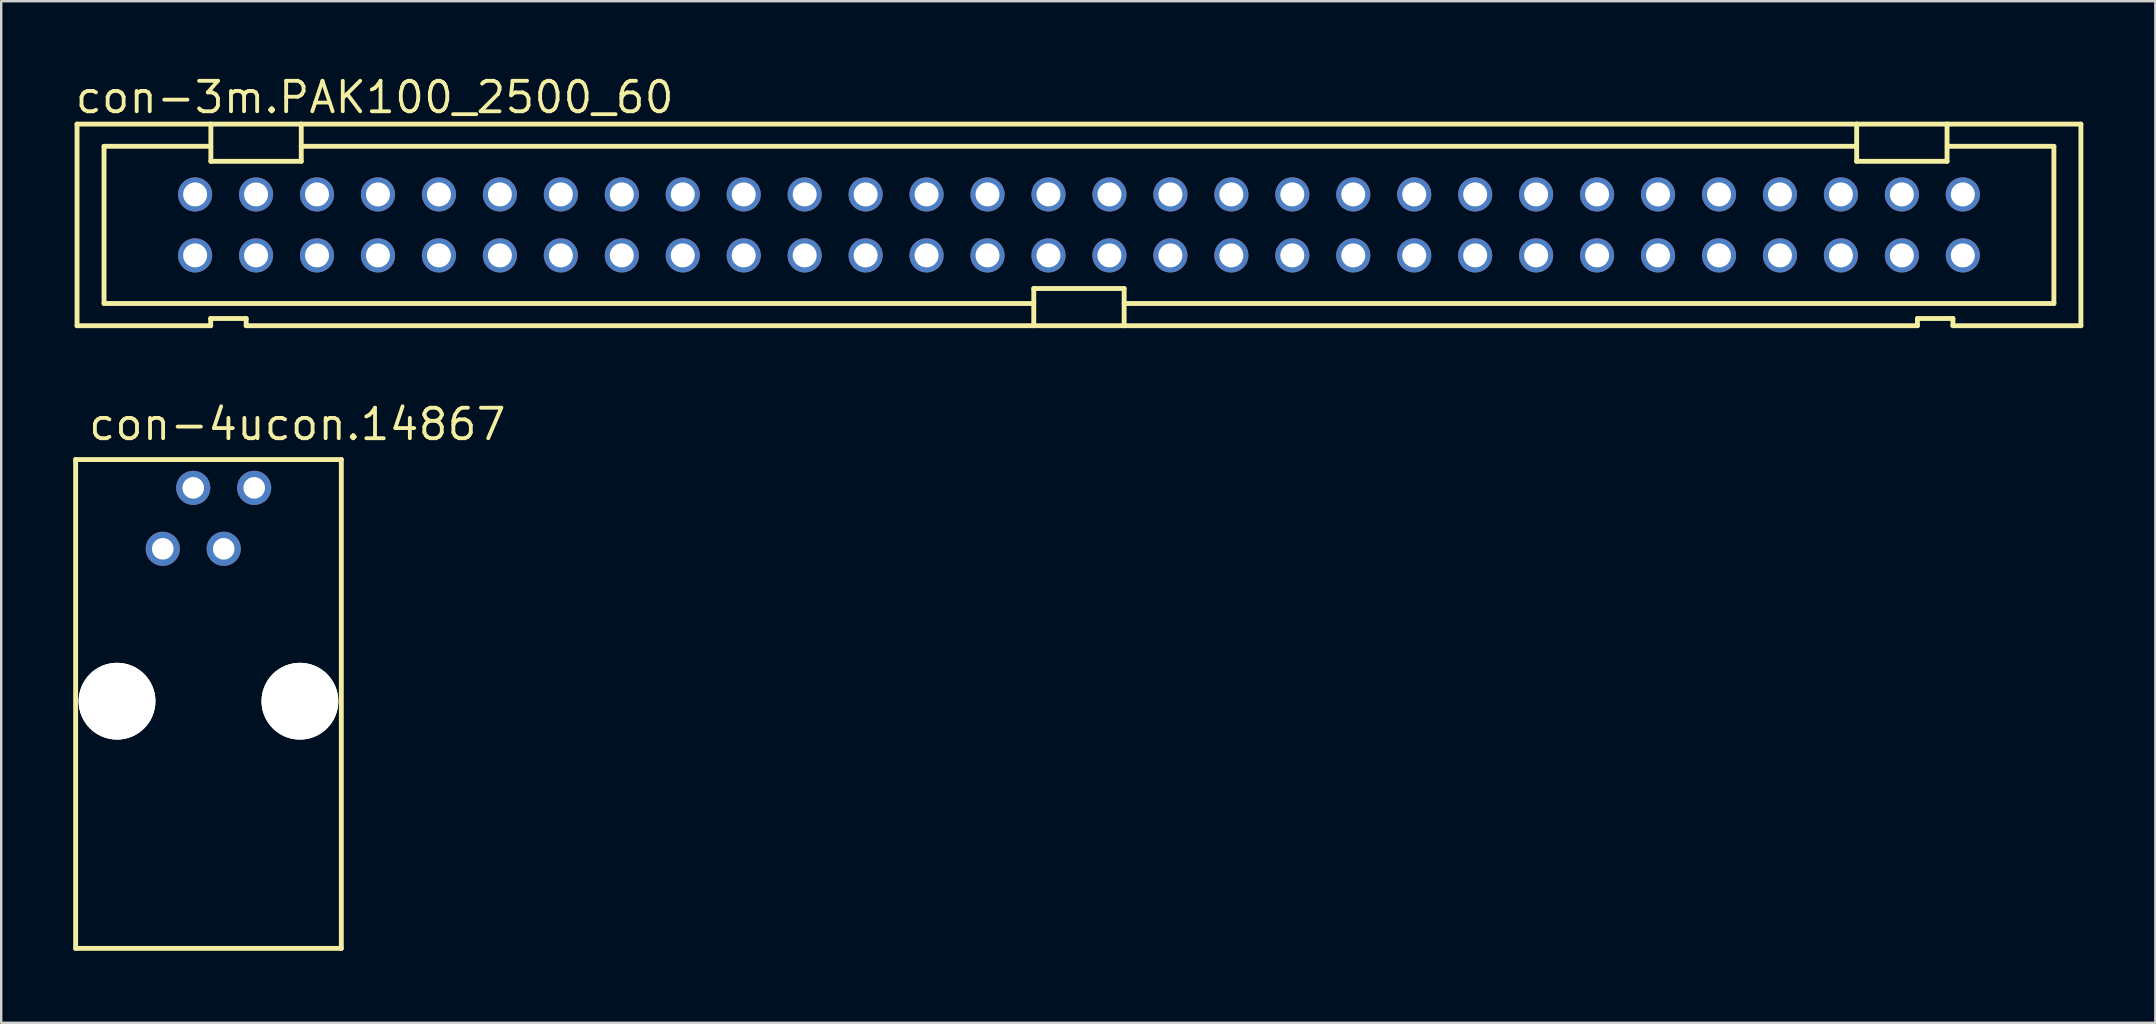
<source format=kicad_pcb>
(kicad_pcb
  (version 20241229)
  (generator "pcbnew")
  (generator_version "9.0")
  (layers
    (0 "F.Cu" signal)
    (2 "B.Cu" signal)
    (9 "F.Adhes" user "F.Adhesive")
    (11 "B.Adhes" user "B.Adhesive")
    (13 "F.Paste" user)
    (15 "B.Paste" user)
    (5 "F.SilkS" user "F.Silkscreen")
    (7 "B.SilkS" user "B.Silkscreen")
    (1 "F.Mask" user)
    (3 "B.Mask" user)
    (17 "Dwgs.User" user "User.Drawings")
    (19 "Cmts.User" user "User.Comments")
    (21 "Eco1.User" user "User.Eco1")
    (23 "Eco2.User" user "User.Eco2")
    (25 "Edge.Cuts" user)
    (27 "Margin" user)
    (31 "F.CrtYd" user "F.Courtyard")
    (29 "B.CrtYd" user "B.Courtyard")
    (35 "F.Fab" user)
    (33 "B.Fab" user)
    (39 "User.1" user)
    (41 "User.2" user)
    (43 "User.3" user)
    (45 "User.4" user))
  (footprint "con-3m.PAK100_2500_60"
    (layer "F.Cu")
    (at 41.91 6.322)
    (property "Reference" "con-3m.PAK100_2500_60" (at -41.91 -4.572 0) (layer "F.SilkS") (effects (font (size 1.27 1.27) (thickness 0.16)) (justify left bottom)))
    (attr through_hole)
    (fp_line (start -41.75 -4.2) (end -36.173 -4.2) (stroke (width 0.203) (type default)) (layer "F.SilkS"))
    (fp_line (start -41.75 4.2) (end -41.75 -4.2) (stroke (width 0.203) (type default)) (layer "F.SilkS"))
    (fp_line (start -40.625 -3.275) (end -36.18 -3.275) (stroke (width 0.203) (type default)) (layer "F.SilkS"))
    (fp_line (start -40.625 3.275) (end -40.625 -3.275) (stroke (width 0.203) (type default)) (layer "F.SilkS"))
    (fp_line (start -36.181 3.9) (end -36.181 4.2) (stroke (width 0.203) (type default)) (layer "F.SilkS"))
    (fp_line (start -36.181 4.2) (end -41.75 4.2) (stroke (width 0.203) (type default)) (layer "F.SilkS"))
    (fp_line (start -36.173 -4.2) (end -36.173 -2.65) (stroke (width 0.203) (type default)) (layer "F.SilkS"))
    (fp_line (start -36.173 -4.2) (end -32.407 -4.2) (stroke (width 0.203) (type default)) (layer "F.SilkS"))
    (fp_line (start -36.173 -2.65) (end -32.407 -2.65) (stroke (width 0.203) (type default)) (layer "F.SilkS"))
    (fp_line (start -34.702 3.9) (end -36.181 3.9) (stroke (width 0.203) (type default)) (layer "F.SilkS"))
    (fp_line (start -34.702 4.2) (end -34.702 3.9) (stroke (width 0.203) (type default)) (layer "F.SilkS"))
    (fp_line (start -32.407 -4.2) (end 32.407 -4.2) (stroke (width 0.203) (type default)) (layer "F.SilkS"))
    (fp_line (start -32.407 -2.65) (end -32.407 -4.2) (stroke (width 0.203) (type default)) (layer "F.SilkS"))
    (fp_line (start -32.405 -3.275) (end 32.405 -3.275) (stroke (width 0.203) (type default)) (layer "F.SilkS"))
    (fp_line (start -1.883 2.65) (end -1.883 4.2) (stroke (width 0.203) (type default)) (layer "F.SilkS"))
    (fp_line (start -1.883 3.275) (end -40.625 3.275) (stroke (width 0.203) (type default)) (layer "F.SilkS"))
    (fp_line (start -1.883 4.2) (end -34.702 4.2) (stroke (width 0.203) (type default)) (layer "F.SilkS"))
    (fp_line (start 1.883 2.65) (end -1.883 2.65) (stroke (width 0.203) (type default)) (layer "F.SilkS"))
    (fp_line (start 1.883 4.2) (end -1.883 4.2) (stroke (width 0.203) (type default)) (layer "F.SilkS"))
    (fp_line (start 1.883 4.2) (end 1.883 2.65) (stroke (width 0.203) (type default)) (layer "F.SilkS"))
    (fp_line (start 32.407 -4.2) (end 32.407 -2.65) (stroke (width 0.203) (type default)) (layer "F.SilkS"))
    (fp_line (start 32.407 -4.2) (end 36.173 -4.2) (stroke (width 0.203) (type default)) (layer "F.SilkS"))
    (fp_line (start 32.407 -2.65) (end 36.173 -2.65) (stroke (width 0.203) (type default)) (layer "F.SilkS"))
    (fp_line (start 34.939 3.9) (end 34.939 4.2) (stroke (width 0.203) (type default)) (layer "F.SilkS"))
    (fp_line (start 34.939 4.2) (end 1.883 4.2) (stroke (width 0.203) (type default)) (layer "F.SilkS"))
    (fp_line (start 36.173 -4.2) (end 41.75 -4.2) (stroke (width 0.203) (type default)) (layer "F.SilkS"))
    (fp_line (start 36.173 -2.65) (end 36.173 -4.2) (stroke (width 0.203) (type default)) (layer "F.SilkS"))
    (fp_line (start 36.18 -3.275) (end 40.625 -3.275) (stroke (width 0.203) (type default)) (layer "F.SilkS"))
    (fp_line (start 36.418 3.9) (end 34.939 3.9) (stroke (width 0.203) (type default)) (layer "F.SilkS"))
    (fp_line (start 36.418 4.2) (end 36.418 3.9) (stroke (width 0.203) (type default)) (layer "F.SilkS"))
    (fp_line (start 40.625 -3.275) (end 40.625 3.275) (stroke (width 0.203) (type default)) (layer "F.SilkS"))
    (fp_line (start 40.625 3.275) (end 1.883 3.275) (stroke (width 0.203) (type default)) (layer "F.SilkS"))
    (fp_line (start 41.75 -4.2) (end 41.75 4.2) (stroke (width 0.203) (type default)) (layer "F.SilkS"))
    (fp_line (start 41.75 4.2) (end 36.418 4.2) (stroke (width 0.203) (type default)) (layer "F.SilkS"))
    (pad "1" thru_hole circle (at -36.83 1.27) (size 1.422 1.422) (drill 1) (layers "*.Cu" "*.Mask"))
    (pad "2" thru_hole circle (at -36.83 -1.27) (size 1.422 1.422) (drill 1) (layers "*.Cu" "*.Mask"))
    (pad "3" thru_hole circle (at -34.29 1.27) (size 1.422 1.422) (drill 1) (layers "*.Cu" "*.Mask"))
    (pad "4" thru_hole circle (at -34.29 -1.27) (size 1.422 1.422) (drill 1) (layers "*.Cu" "*.Mask"))
    (pad "5" thru_hole circle (at -31.75 1.27) (size 1.422 1.422) (drill 1) (layers "*.Cu" "*.Mask"))
    (pad "6" thru_hole circle (at -31.75 -1.27) (size 1.422 1.422) (drill 1) (layers "*.Cu" "*.Mask"))
    (pad "7" thru_hole circle (at -29.21 1.27) (size 1.422 1.422) (drill 1) (layers "*.Cu" "*.Mask"))
    (pad "8" thru_hole circle (at -29.21 -1.27) (size 1.422 1.422) (drill 1) (layers "*.Cu" "*.Mask"))
    (pad "9" thru_hole circle (at -26.67 1.27) (size 1.422 1.422) (drill 1) (layers "*.Cu" "*.Mask"))
    (pad "10" thru_hole circle (at -26.67 -1.27) (size 1.422 1.422) (drill 1) (layers "*.Cu" "*.Mask"))
    (pad "11" thru_hole circle (at -24.13 1.27) (size 1.422 1.422) (drill 1) (layers "*.Cu" "*.Mask"))
    (pad "12" thru_hole circle (at -24.13 -1.27) (size 1.422 1.422) (drill 1) (layers "*.Cu" "*.Mask"))
    (pad "13" thru_hole circle (at -21.59 1.27) (size 1.422 1.422) (drill 1) (layers "*.Cu" "*.Mask"))
    (pad "14" thru_hole circle (at -21.59 -1.27) (size 1.422 1.422) (drill 1) (layers "*.Cu" "*.Mask"))
    (pad "15" thru_hole circle (at -19.05 1.27) (size 1.422 1.422) (drill 1) (layers "*.Cu" "*.Mask"))
    (pad "16" thru_hole circle (at -19.05 -1.27) (size 1.422 1.422) (drill 1) (layers "*.Cu" "*.Mask"))
    (pad "17" thru_hole circle (at -16.51 1.27) (size 1.422 1.422) (drill 1) (layers "*.Cu" "*.Mask"))
    (pad "18" thru_hole circle (at -16.51 -1.27) (size 1.422 1.422) (drill 1) (layers "*.Cu" "*.Mask"))
    (pad "19" thru_hole circle (at -13.97 1.27) (size 1.422 1.422) (drill 1) (layers "*.Cu" "*.Mask"))
    (pad "20" thru_hole circle (at -13.97 -1.27) (size 1.422 1.422) (drill 1) (layers "*.Cu" "*.Mask"))
    (pad "21" thru_hole circle (at -11.43 1.27) (size 1.422 1.422) (drill 1) (layers "*.Cu" "*.Mask"))
    (pad "22" thru_hole circle (at -11.43 -1.27) (size 1.422 1.422) (drill 1) (layers "*.Cu" "*.Mask"))
    (pad "23" thru_hole circle (at -8.89 1.27) (size 1.422 1.422) (drill 1) (layers "*.Cu" "*.Mask"))
    (pad "24" thru_hole circle (at -8.89 -1.27) (size 1.422 1.422) (drill 1) (layers "*.Cu" "*.Mask"))
    (pad "25" thru_hole circle (at -6.35 1.27) (size 1.422 1.422) (drill 1) (layers "*.Cu" "*.Mask"))
    (pad "26" thru_hole circle (at -6.35 -1.27) (size 1.422 1.422) (drill 1) (layers "*.Cu" "*.Mask"))
    (pad "27" thru_hole circle (at -3.81 1.27) (size 1.422 1.422) (drill 1) (layers "*.Cu" "*.Mask"))
    (pad "28" thru_hole circle (at -3.81 -1.27) (size 1.422 1.422) (drill 1) (layers "*.Cu" "*.Mask"))
    (pad "29" thru_hole circle (at -1.27 1.27) (size 1.422 1.422) (drill 1) (layers "*.Cu" "*.Mask"))
    (pad "30" thru_hole circle (at -1.27 -1.27) (size 1.422 1.422) (drill 1) (layers "*.Cu" "*.Mask"))
    (pad "31" thru_hole circle (at 1.27 1.27) (size 1.422 1.422) (drill 1) (layers "*.Cu" "*.Mask"))
    (pad "32" thru_hole circle (at 1.27 -1.27) (size 1.422 1.422) (drill 1) (layers "*.Cu" "*.Mask"))
    (pad "33" thru_hole circle (at 3.81 1.27) (size 1.422 1.422) (drill 1) (layers "*.Cu" "*.Mask"))
    (pad "34" thru_hole circle (at 3.81 -1.27) (size 1.422 1.422) (drill 1) (layers "*.Cu" "*.Mask"))
    (pad "35" thru_hole circle (at 6.35 1.27) (size 1.422 1.422) (drill 1) (layers "*.Cu" "*.Mask"))
    (pad "36" thru_hole circle (at 6.35 -1.27) (size 1.422 1.422) (drill 1) (layers "*.Cu" "*.Mask"))
    (pad "37" thru_hole circle (at 8.89 1.27) (size 1.422 1.422) (drill 1) (layers "*.Cu" "*.Mask"))
    (pad "38" thru_hole circle (at 8.89 -1.27) (size 1.422 1.422) (drill 1) (layers "*.Cu" "*.Mask"))
    (pad "39" thru_hole circle (at 11.43 1.27) (size 1.422 1.422) (drill 1) (layers "*.Cu" "*.Mask"))
    (pad "40" thru_hole circle (at 11.43 -1.27) (size 1.422 1.422) (drill 1) (layers "*.Cu" "*.Mask"))
    (pad "41" thru_hole circle (at 13.97 1.27) (size 1.422 1.422) (drill 1) (layers "*.Cu" "*.Mask"))
    (pad "42" thru_hole circle (at 13.97 -1.27) (size 1.422 1.422) (drill 1) (layers "*.Cu" "*.Mask"))
    (pad "43" thru_hole circle (at 16.51 1.27) (size 1.422 1.422) (drill 1) (layers "*.Cu" "*.Mask"))
    (pad "44" thru_hole circle (at 16.51 -1.27) (size 1.422 1.422) (drill 1) (layers "*.Cu" "*.Mask"))
    (pad "45" thru_hole circle (at 19.05 1.27) (size 1.422 1.422) (drill 1) (layers "*.Cu" "*.Mask"))
    (pad "46" thru_hole circle (at 19.05 -1.27) (size 1.422 1.422) (drill 1) (layers "*.Cu" "*.Mask"))
    (pad "47" thru_hole circle (at 21.59 1.27) (size 1.422 1.422) (drill 1) (layers "*.Cu" "*.Mask"))
    (pad "48" thru_hole circle (at 21.59 -1.27) (size 1.422 1.422) (drill 1) (layers "*.Cu" "*.Mask"))
    (pad "49" thru_hole circle (at 24.13 1.27) (size 1.422 1.422) (drill 1) (layers "*.Cu" "*.Mask"))
    (pad "50" thru_hole circle (at 24.13 -1.27) (size 1.422 1.422) (drill 1) (layers "*.Cu" "*.Mask"))
    (pad "51" thru_hole circle (at 26.67 1.27) (size 1.422 1.422) (drill 1) (layers "*.Cu" "*.Mask"))
    (pad "52" thru_hole circle (at 26.67 -1.27) (size 1.422 1.422) (drill 1) (layers "*.Cu" "*.Mask"))
    (pad "53" thru_hole circle (at 29.21 1.27) (size 1.422 1.422) (drill 1) (layers "*.Cu" "*.Mask"))
    (pad "54" thru_hole circle (at 29.21 -1.27) (size 1.422 1.422) (drill 1) (layers "*.Cu" "*.Mask"))
    (pad "55" thru_hole circle (at 31.75 1.27) (size 1.422 1.422) (drill 1) (layers "*.Cu" "*.Mask"))
    (pad "56" thru_hole circle (at 31.75 -1.27) (size 1.422 1.422) (drill 1) (layers "*.Cu" "*.Mask"))
    (pad "57" thru_hole circle (at 34.29 1.27) (size 1.422 1.422) (drill 1) (layers "*.Cu" "*.Mask"))
    (pad "58" thru_hole circle (at 34.29 -1.27) (size 1.422 1.422) (drill 1) (layers "*.Cu" "*.Mask"))
    (pad "59" thru_hole circle (at 36.83 1.27) (size 1.422 1.422) (drill 1) (layers "*.Cu" "*.Mask"))
    (pad "60" thru_hole circle (at 36.83 -1.27) (size 1.422 1.422) (drill 1) (layers "*.Cu" "*.Mask")))
  (footprint "con-4ucon.14867"
    (layer "F.Cu")
    (at 5.637 26.169)
    (property "Reference" "con-4ucon.14867" (at -5.08 -10.795 0) (layer "F.SilkS") (effects (font (size 1.27 1.27) (thickness 0.16)) (justify left bottom)))
    (attr through_hole)
    (fp_line (start -5.535 -10.07) (end -5.535 10.3) (stroke (width 0.203) (type default)) (layer "F.SilkS"))
    (fp_line (start -5.535 -10.07) (end 5.535 -10.07) (stroke (width 0.203) (type default)) (layer "F.SilkS"))
    (fp_line (start -5.535 10.3) (end 5.535 10.3) (stroke (width 0.203) (type default)) (layer "F.SilkS"))
    (fp_line (start 5.535 10.3) (end 5.535 -10.07) (stroke (width 0.203) (type default)) (layer "F.SilkS"))
    (pad "" np_thru_hole circle (at -3.81 0) (size 3.2 3.2) (drill 3.2) (layers "*.Cu" "*.Mask"))
    (pad "" np_thru_hole circle (at -3.81 0) (size 3.2 3.2) (drill 3.2) (layers "*.Cu" "*.Mask"))
    (pad "" np_thru_hole circle (at 3.81 0) (size 3.2 3.2) (drill 3.2) (layers "*.Cu" "*.Mask"))
    (pad "" np_thru_hole circle (at 3.81 0) (size 3.2 3.2) (drill 3.2) (layers "*.Cu" "*.Mask"))
    (pad "1" thru_hole circle (at -1.905 -6.35) (size 1.422 1.422) (drill 0.9) (layers "*.Cu" "*.Mask"))
    (pad "2" thru_hole circle (at -0.635 -8.89) (size 1.422 1.422) (drill 0.9) (layers "*.Cu" "*.Mask"))
    (pad "3" thru_hole circle (at 0.635 -6.35) (size 1.422 1.422) (drill 0.9) (layers "*.Cu" "*.Mask"))
    (pad "4" thru_hole circle (at 1.905 -8.89) (size 1.422 1.422) (drill 0.9) (layers "*.Cu" "*.Mask")))
  (gr_rect
    (start -3 -3)
    (end 86.762 39.57)
    (stroke (width 0.1) (type default))
    (fill no)
    (layer "Edge.Cuts")))
</source>
